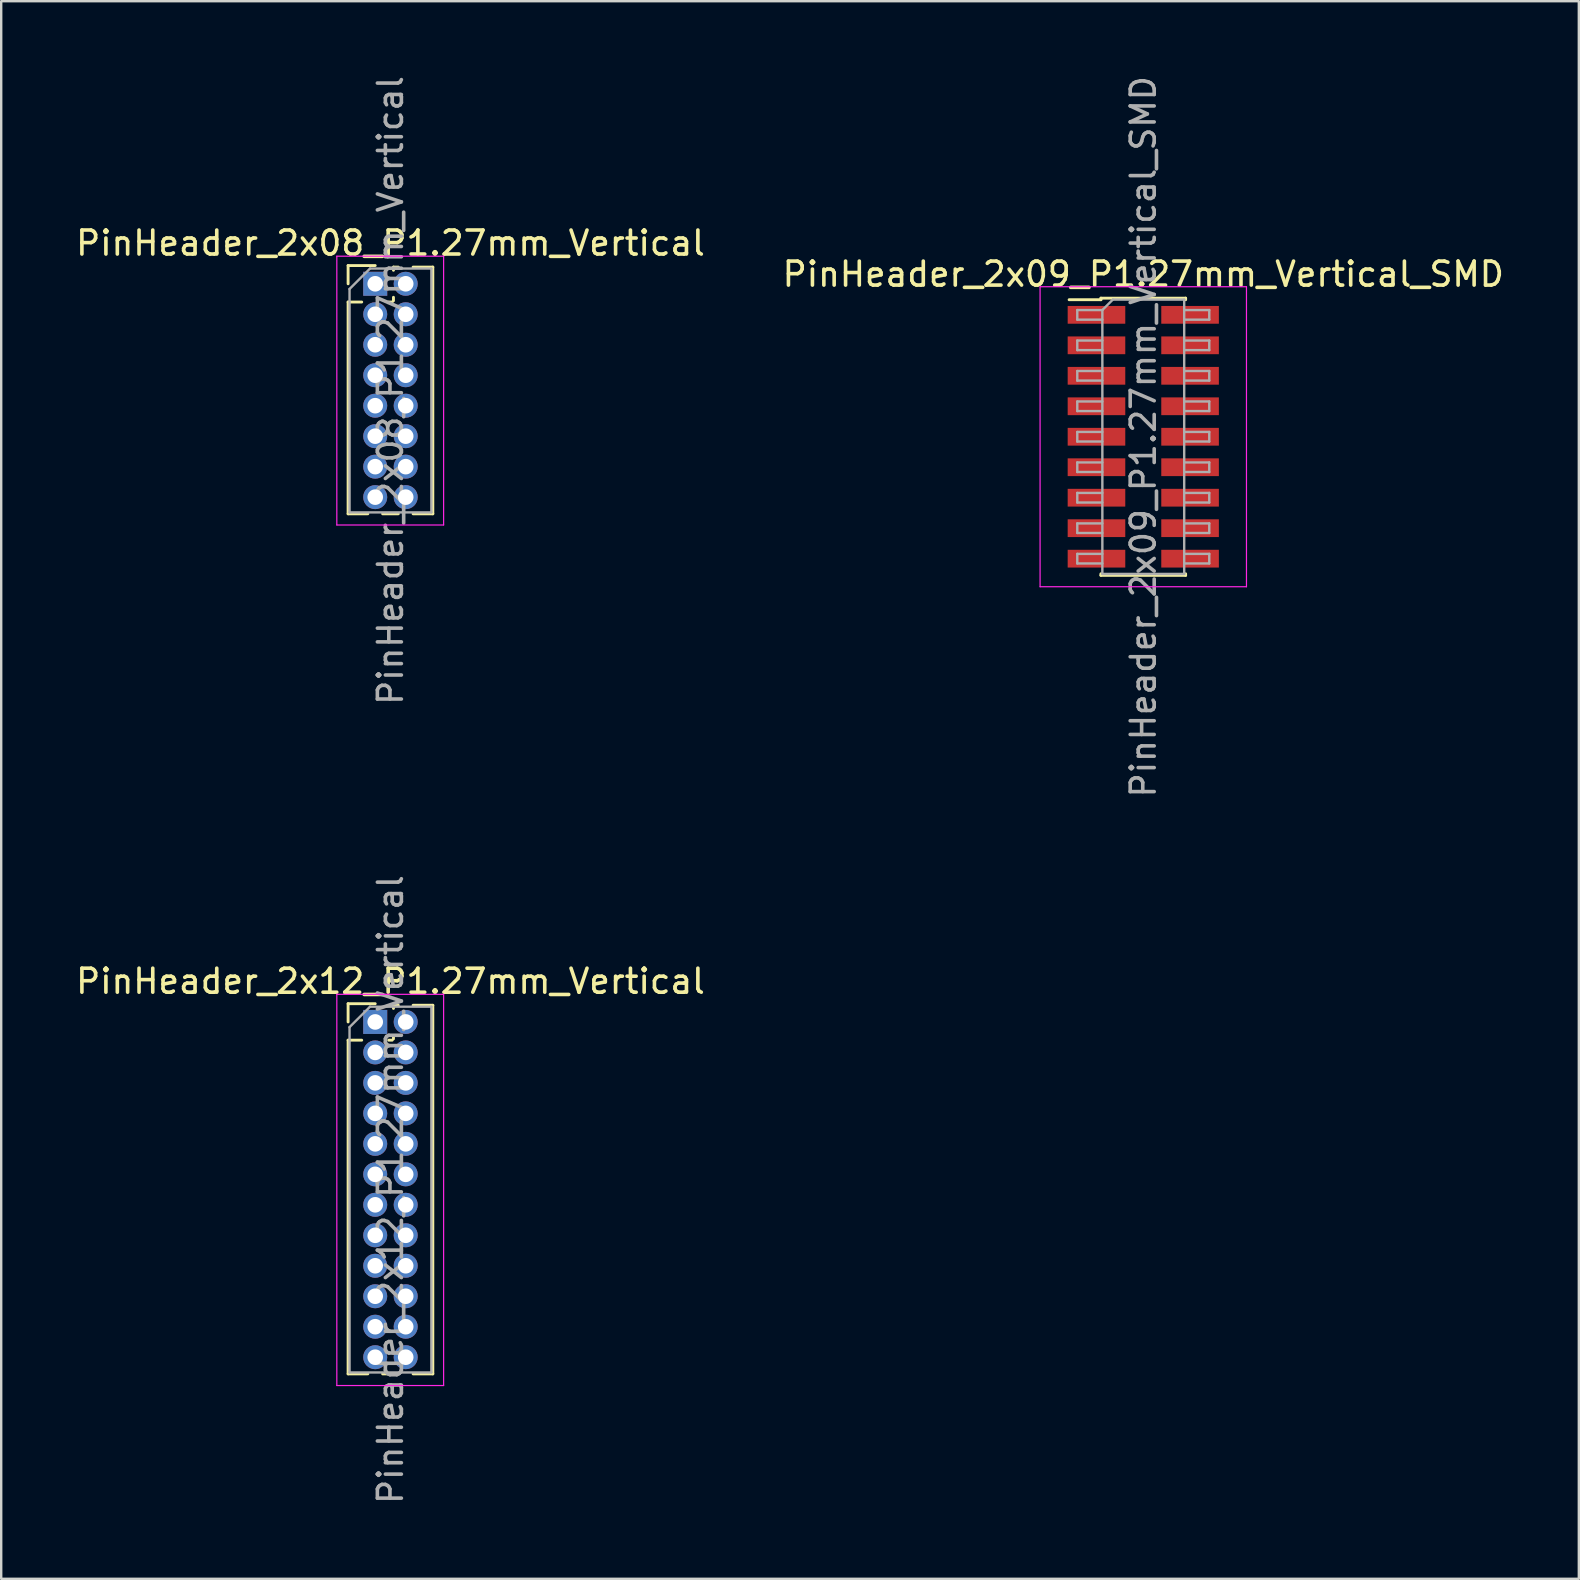
<source format=kicad_pcb>
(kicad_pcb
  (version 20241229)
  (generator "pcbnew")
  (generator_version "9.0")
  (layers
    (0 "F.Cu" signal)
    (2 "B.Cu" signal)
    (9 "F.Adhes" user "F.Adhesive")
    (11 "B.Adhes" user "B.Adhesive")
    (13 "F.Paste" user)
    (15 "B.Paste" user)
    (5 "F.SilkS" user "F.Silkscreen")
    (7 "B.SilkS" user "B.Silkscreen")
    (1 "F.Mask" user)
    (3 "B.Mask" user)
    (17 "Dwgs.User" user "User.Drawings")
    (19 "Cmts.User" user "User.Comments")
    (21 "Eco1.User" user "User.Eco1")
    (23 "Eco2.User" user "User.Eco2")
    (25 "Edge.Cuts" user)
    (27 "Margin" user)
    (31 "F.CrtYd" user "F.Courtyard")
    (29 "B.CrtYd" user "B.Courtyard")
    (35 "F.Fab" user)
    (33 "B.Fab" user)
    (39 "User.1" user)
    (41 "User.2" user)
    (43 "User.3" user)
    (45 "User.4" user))
  (footprint "PinHeader_2x12_P1.27mm_Vertical"
    (layer "F.Cu")
    (at 12.585 39.533)
    (property "Reference" "PinHeader_2x12_P1.27mm_Vertical" (at 0.635 -1.695 0) (layer "F.SilkS") (effects (font (size 1 1) (thickness 0.15))))
    (attr through_hole)
    (fp_line (start -1.13 -0.76) (end 0 -0.76) (stroke (width 0.12) (type solid)) (layer "F.SilkS"))
    (fp_line (start -1.13 0) (end -1.13 -0.76) (stroke (width 0.12) (type solid)) (layer "F.SilkS"))
    (fp_line (start -1.13 0.76) (end -1.13 14.665) (stroke (width 0.12) (type solid)) (layer "F.SilkS"))
    (fp_line (start -1.13 0.76) (end -0.563 0.76) (stroke (width 0.12) (type solid)) (layer "F.SilkS"))
    (fp_line (start -1.13 14.665) (end -0.308 14.665) (stroke (width 0.12) (type solid)) (layer "F.SilkS"))
    (fp_line (start 0.308 14.665) (end 0.962 14.665) (stroke (width 0.12) (type solid)) (layer "F.SilkS"))
    (fp_line (start 0.563 0.76) (end 0.707 0.76) (stroke (width 0.12) (type solid)) (layer "F.SilkS"))
    (fp_line (start 0.76 -0.695) (end 0.962 -0.695) (stroke (width 0.12) (type solid)) (layer "F.SilkS"))
    (fp_line (start 0.76 -0.563) (end 0.76 -0.695) (stroke (width 0.12) (type solid)) (layer "F.SilkS"))
    (fp_line (start 0.76 0.707) (end 0.76 0.563) (stroke (width 0.12) (type solid)) (layer "F.SilkS"))
    (fp_line (start 1.578 -0.695) (end 2.4 -0.695) (stroke (width 0.12) (type solid)) (layer "F.SilkS"))
    (fp_line (start 1.578 14.665) (end 2.4 14.665) (stroke (width 0.12) (type solid)) (layer "F.SilkS"))
    (fp_line (start 2.4 -0.695) (end 2.4 14.665) (stroke (width 0.12) (type solid)) (layer "F.SilkS"))
    (fp_line (start -1.6 -1.15) (end -1.6 15.15) (stroke (width 0.05) (type solid)) (layer "F.CrtYd"))
    (fp_line (start -1.6 15.15) (end 2.85 15.15) (stroke (width 0.05) (type solid)) (layer "F.CrtYd"))
    (fp_line (start 2.85 -1.15) (end -1.6 -1.15) (stroke (width 0.05) (type solid)) (layer "F.CrtYd"))
    (fp_line (start 2.85 15.15) (end 2.85 -1.15) (stroke (width 0.05) (type solid)) (layer "F.CrtYd"))
    (fp_line (start -1.07 0.217) (end -0.217 -0.635) (stroke (width 0.1) (type solid)) (layer "F.Fab"))
    (fp_line (start -1.07 14.605) (end -1.07 0.217) (stroke (width 0.1) (type solid)) (layer "F.Fab"))
    (fp_line (start -0.217 -0.635) (end 2.34 -0.635) (stroke (width 0.1) (type solid)) (layer "F.Fab"))
    (fp_line (start 2.34 -0.635) (end 2.34 14.605) (stroke (width 0.1) (type solid)) (layer "F.Fab"))
    (fp_line (start 2.34 14.605) (end -1.07 14.605) (stroke (width 0.1) (type solid)) (layer "F.Fab"))
    (fp_text user "${REFERENCE}" (at 0.635 6.985 90) (layer "F.Fab") (effects (font (size 1 1) (thickness 0.15))))
    (pad "1" thru_hole rect (at 0 0) (size 1 1) (drill 0.65) (layers "*.Cu" "*.Mask"))
    (pad "2" thru_hole oval (at 1.27 0) (size 1 1) (drill 0.65) (layers "*.Cu" "*.Mask"))
    (pad "3" thru_hole oval (at 0 1.27) (size 1 1) (drill 0.65) (layers "*.Cu" "*.Mask"))
    (pad "4" thru_hole oval (at 1.27 1.27) (size 1 1) (drill 0.65) (layers "*.Cu" "*.Mask"))
    (pad "5" thru_hole oval (at 0 2.54) (size 1 1) (drill 0.65) (layers "*.Cu" "*.Mask"))
    (pad "6" thru_hole oval (at 1.27 2.54) (size 1 1) (drill 0.65) (layers "*.Cu" "*.Mask"))
    (pad "7" thru_hole oval (at 0 3.81) (size 1 1) (drill 0.65) (layers "*.Cu" "*.Mask"))
    (pad "8" thru_hole oval (at 1.27 3.81) (size 1 1) (drill 0.65) (layers "*.Cu" "*.Mask"))
    (pad "9" thru_hole oval (at 0 5.08) (size 1 1) (drill 0.65) (layers "*.Cu" "*.Mask"))
    (pad "10" thru_hole oval (at 1.27 5.08) (size 1 1) (drill 0.65) (layers "*.Cu" "*.Mask"))
    (pad "11" thru_hole oval (at 0 6.35) (size 1 1) (drill 0.65) (layers "*.Cu" "*.Mask"))
    (pad "12" thru_hole oval (at 1.27 6.35) (size 1 1) (drill 0.65) (layers "*.Cu" "*.Mask"))
    (pad "13" thru_hole oval (at 0 7.62) (size 1 1) (drill 0.65) (layers "*.Cu" "*.Mask"))
    (pad "14" thru_hole oval (at 1.27 7.62) (size 1 1) (drill 0.65) (layers "*.Cu" "*.Mask"))
    (pad "15" thru_hole oval (at 0 8.89) (size 1 1) (drill 0.65) (layers "*.Cu" "*.Mask"))
    (pad "16" thru_hole oval (at 1.27 8.89) (size 1 1) (drill 0.65) (layers "*.Cu" "*.Mask"))
    (pad "17" thru_hole oval (at 0 10.16) (size 1 1) (drill 0.65) (layers "*.Cu" "*.Mask"))
    (pad "18" thru_hole oval (at 1.27 10.16) (size 1 1) (drill 0.65) (layers "*.Cu" "*.Mask"))
    (pad "19" thru_hole oval (at 0 11.43) (size 1 1) (drill 0.65) (layers "*.Cu" "*.Mask"))
    (pad "20" thru_hole oval (at 1.27 11.43) (size 1 1) (drill 0.65) (layers "*.Cu" "*.Mask"))
    (pad "21" thru_hole oval (at 0 12.7) (size 1 1) (drill 0.65) (layers "*.Cu" "*.Mask"))
    (pad "22" thru_hole oval (at 1.27 12.7) (size 1 1) (drill 0.65) (layers "*.Cu" "*.Mask"))
    (pad "23" thru_hole oval (at 0 13.97) (size 1 1) (drill 0.65) (layers "*.Cu" "*.Mask"))
    (pad "24" thru_hole oval (at 1.27 13.97) (size 1 1) (drill 0.65) (layers "*.Cu" "*.Mask")))
  (footprint "PinHeader_2x08_P1.27mm_Vertical"
    (layer "F.Cu")
    (at 12.585 8.775)
    (property "Reference" "PinHeader_2x08_P1.27mm_Vertical" (at 0.635 -1.695 0) (layer "F.SilkS") (effects (font (size 1 1) (thickness 0.15))))
    (attr through_hole)
    (fp_line (start -1.13 -0.76) (end 0 -0.76) (stroke (width 0.12) (type solid)) (layer "F.SilkS"))
    (fp_line (start -1.13 0) (end -1.13 -0.76) (stroke (width 0.12) (type solid)) (layer "F.SilkS"))
    (fp_line (start -1.13 0.76) (end -1.13 9.585) (stroke (width 0.12) (type solid)) (layer "F.SilkS"))
    (fp_line (start -1.13 0.76) (end -0.563 0.76) (stroke (width 0.12) (type solid)) (layer "F.SilkS"))
    (fp_line (start -1.13 9.585) (end -0.308 9.585) (stroke (width 0.12) (type solid)) (layer "F.SilkS"))
    (fp_line (start 0.308 9.585) (end 0.962 9.585) (stroke (width 0.12) (type solid)) (layer "F.SilkS"))
    (fp_line (start 0.563 0.76) (end 0.707 0.76) (stroke (width 0.12) (type solid)) (layer "F.SilkS"))
    (fp_line (start 0.76 -0.695) (end 0.962 -0.695) (stroke (width 0.12) (type solid)) (layer "F.SilkS"))
    (fp_line (start 0.76 -0.563) (end 0.76 -0.695) (stroke (width 0.12) (type solid)) (layer "F.SilkS"))
    (fp_line (start 0.76 0.707) (end 0.76 0.563) (stroke (width 0.12) (type solid)) (layer "F.SilkS"))
    (fp_line (start 1.578 -0.695) (end 2.4 -0.695) (stroke (width 0.12) (type solid)) (layer "F.SilkS"))
    (fp_line (start 1.578 9.585) (end 2.4 9.585) (stroke (width 0.12) (type solid)) (layer "F.SilkS"))
    (fp_line (start 2.4 -0.695) (end 2.4 9.585) (stroke (width 0.12) (type solid)) (layer "F.SilkS"))
    (fp_line (start -1.6 -1.15) (end -1.6 10.05) (stroke (width 0.05) (type solid)) (layer "F.CrtYd"))
    (fp_line (start -1.6 10.05) (end 2.85 10.05) (stroke (width 0.05) (type solid)) (layer "F.CrtYd"))
    (fp_line (start 2.85 -1.15) (end -1.6 -1.15) (stroke (width 0.05) (type solid)) (layer "F.CrtYd"))
    (fp_line (start 2.85 10.05) (end 2.85 -1.15) (stroke (width 0.05) (type solid)) (layer "F.CrtYd"))
    (fp_line (start -1.07 0.217) (end -0.217 -0.635) (stroke (width 0.1) (type solid)) (layer "F.Fab"))
    (fp_line (start -1.07 9.525) (end -1.07 0.217) (stroke (width 0.1) (type solid)) (layer "F.Fab"))
    (fp_line (start -0.217 -0.635) (end 2.34 -0.635) (stroke (width 0.1) (type solid)) (layer "F.Fab"))
    (fp_line (start 2.34 -0.635) (end 2.34 9.525) (stroke (width 0.1) (type solid)) (layer "F.Fab"))
    (fp_line (start 2.34 9.525) (end -1.07 9.525) (stroke (width 0.1) (type solid)) (layer "F.Fab"))
    (fp_text user "${REFERENCE}" (at 0.635 4.445 90) (layer "F.Fab") (effects (font (size 1 1) (thickness 0.15))))
    (pad "1" thru_hole rect (at 0 0) (size 1 1) (drill 0.65) (layers "*.Cu" "*.Mask"))
    (pad "2" thru_hole oval (at 1.27 0) (size 1 1) (drill 0.65) (layers "*.Cu" "*.Mask"))
    (pad "3" thru_hole oval (at 0 1.27) (size 1 1) (drill 0.65) (layers "*.Cu" "*.Mask"))
    (pad "4" thru_hole oval (at 1.27 1.27) (size 1 1) (drill 0.65) (layers "*.Cu" "*.Mask"))
    (pad "5" thru_hole oval (at 0 2.54) (size 1 1) (drill 0.65) (layers "*.Cu" "*.Mask"))
    (pad "6" thru_hole oval (at 1.27 2.54) (size 1 1) (drill 0.65) (layers "*.Cu" "*.Mask"))
    (pad "7" thru_hole oval (at 0 3.81) (size 1 1) (drill 0.65) (layers "*.Cu" "*.Mask"))
    (pad "8" thru_hole oval (at 1.27 3.81) (size 1 1) (drill 0.65) (layers "*.Cu" "*.Mask"))
    (pad "9" thru_hole oval (at 0 5.08) (size 1 1) (drill 0.65) (layers "*.Cu" "*.Mask"))
    (pad "10" thru_hole oval (at 1.27 5.08) (size 1 1) (drill 0.65) (layers "*.Cu" "*.Mask"))
    (pad "11" thru_hole oval (at 0 6.35) (size 1 1) (drill 0.65) (layers "*.Cu" "*.Mask"))
    (pad "12" thru_hole oval (at 1.27 6.35) (size 1 1) (drill 0.65) (layers "*.Cu" "*.Mask"))
    (pad "13" thru_hole oval (at 0 7.62) (size 1 1) (drill 0.65) (layers "*.Cu" "*.Mask"))
    (pad "14" thru_hole oval (at 1.27 7.62) (size 1 1) (drill 0.65) (layers "*.Cu" "*.Mask"))
    (pad "15" thru_hole oval (at 0 8.89) (size 1 1) (drill 0.65) (layers "*.Cu" "*.Mask"))
    (pad "16" thru_hole oval (at 1.27 8.89) (size 1 1) (drill 0.65) (layers "*.Cu" "*.Mask")))
  (footprint "PinHeader_2x09_P1.27mm_Vertical_SMD"
    (layer "F.Cu")
    (at 44.589 15.149)
    (property "Reference" "PinHeader_2x09_P1.27mm_Vertical_SMD" (at 0 -6.775 0) (layer "F.SilkS") (effects (font (size 1 1) (thickness 0.15))))
    (attr smd)
    (fp_line (start -3.09 -5.71) (end -1.765 -5.71) (stroke (width 0.12) (type solid)) (layer "F.SilkS"))
    (fp_line (start -1.765 -5.775) (end -1.765 -5.71) (stroke (width 0.12) (type solid)) (layer "F.SilkS"))
    (fp_line (start -1.765 -5.775) (end 1.765 -5.775) (stroke (width 0.12) (type solid)) (layer "F.SilkS"))
    (fp_line (start -1.765 5.71) (end -1.765 5.775) (stroke (width 0.12) (type solid)) (layer "F.SilkS"))
    (fp_line (start -1.765 5.775) (end 1.765 5.775) (stroke (width 0.12) (type solid)) (layer "F.SilkS"))
    (fp_line (start 1.765 -5.775) (end 1.765 -5.71) (stroke (width 0.12) (type solid)) (layer "F.SilkS"))
    (fp_line (start 1.765 5.71) (end 1.765 5.775) (stroke (width 0.12) (type solid)) (layer "F.SilkS"))
    (fp_line (start -4.3 -6.25) (end -4.3 6.25) (stroke (width 0.05) (type solid)) (layer "F.CrtYd"))
    (fp_line (start -4.3 6.25) (end 4.3 6.25) (stroke (width 0.05) (type solid)) (layer "F.CrtYd"))
    (fp_line (start 4.3 -6.25) (end -4.3 -6.25) (stroke (width 0.05) (type solid)) (layer "F.CrtYd"))
    (fp_line (start 4.3 6.25) (end 4.3 -6.25) (stroke (width 0.05) (type solid)) (layer "F.CrtYd"))
    (fp_line (start -2.75 -5.28) (end -2.75 -4.88) (stroke (width 0.1) (type solid)) (layer "F.Fab"))
    (fp_line (start -2.75 -4.88) (end -1.705 -4.88) (stroke (width 0.1) (type solid)) (layer "F.Fab"))
    (fp_line (start -2.75 -4.01) (end -2.75 -3.61) (stroke (width 0.1) (type solid)) (layer "F.Fab"))
    (fp_line (start -2.75 -3.61) (end -1.705 -3.61) (stroke (width 0.1) (type solid)) (layer "F.Fab"))
    (fp_line (start -2.75 -2.74) (end -2.75 -2.34) (stroke (width 0.1) (type solid)) (layer "F.Fab"))
    (fp_line (start -2.75 -2.34) (end -1.705 -2.34) (stroke (width 0.1) (type solid)) (layer "F.Fab"))
    (fp_line (start -2.75 -1.47) (end -2.75 -1.07) (stroke (width 0.1) (type solid)) (layer "F.Fab"))
    (fp_line (start -2.75 -1.07) (end -1.705 -1.07) (stroke (width 0.1) (type solid)) (layer "F.Fab"))
    (fp_line (start -2.75 -0.2) (end -2.75 0.2) (stroke (width 0.1) (type solid)) (layer "F.Fab"))
    (fp_line (start -2.75 0.2) (end -1.705 0.2) (stroke (width 0.1) (type solid)) (layer "F.Fab"))
    (fp_line (start -2.75 1.07) (end -2.75 1.47) (stroke (width 0.1) (type solid)) (layer "F.Fab"))
    (fp_line (start -2.75 1.47) (end -1.705 1.47) (stroke (width 0.1) (type solid)) (layer "F.Fab"))
    (fp_line (start -2.75 2.34) (end -2.75 2.74) (stroke (width 0.1) (type solid)) (layer "F.Fab"))
    (fp_line (start -2.75 2.74) (end -1.705 2.74) (stroke (width 0.1) (type solid)) (layer "F.Fab"))
    (fp_line (start -2.75 3.61) (end -2.75 4.01) (stroke (width 0.1) (type solid)) (layer "F.Fab"))
    (fp_line (start -2.75 4.01) (end -1.705 4.01) (stroke (width 0.1) (type solid)) (layer "F.Fab"))
    (fp_line (start -2.75 4.88) (end -2.75 5.28) (stroke (width 0.1) (type solid)) (layer "F.Fab"))
    (fp_line (start -2.75 5.28) (end -1.705 5.28) (stroke (width 0.1) (type solid)) (layer "F.Fab"))
    (fp_line (start -1.705 -5.28) (end -2.75 -5.28) (stroke (width 0.1) (type solid)) (layer "F.Fab"))
    (fp_line (start -1.705 -5.28) (end -1.27 -5.715) (stroke (width 0.1) (type solid)) (layer "F.Fab"))
    (fp_line (start -1.705 -4.01) (end -2.75 -4.01) (stroke (width 0.1) (type solid)) (layer "F.Fab"))
    (fp_line (start -1.705 -2.74) (end -2.75 -2.74) (stroke (width 0.1) (type solid)) (layer "F.Fab"))
    (fp_line (start -1.705 -1.47) (end -2.75 -1.47) (stroke (width 0.1) (type solid)) (layer "F.Fab"))
    (fp_line (start -1.705 -0.2) (end -2.75 -0.2) (stroke (width 0.1) (type solid)) (layer "F.Fab"))
    (fp_line (start -1.705 1.07) (end -2.75 1.07) (stroke (width 0.1) (type solid)) (layer "F.Fab"))
    (fp_line (start -1.705 2.34) (end -2.75 2.34) (stroke (width 0.1) (type solid)) (layer "F.Fab"))
    (fp_line (start -1.705 3.61) (end -2.75 3.61) (stroke (width 0.1) (type solid)) (layer "F.Fab"))
    (fp_line (start -1.705 4.88) (end -2.75 4.88) (stroke (width 0.1) (type solid)) (layer "F.Fab"))
    (fp_line (start -1.705 5.715) (end -1.705 -5.28) (stroke (width 0.1) (type solid)) (layer "F.Fab"))
    (fp_line (start -1.27 -5.715) (end 1.705 -5.715) (stroke (width 0.1) (type solid)) (layer "F.Fab"))
    (fp_line (start 1.705 -5.715) (end 1.705 5.715) (stroke (width 0.1) (type solid)) (layer "F.Fab"))
    (fp_line (start 1.705 -5.28) (end 2.75 -5.28) (stroke (width 0.1) (type solid)) (layer "F.Fab"))
    (fp_line (start 1.705 -4.01) (end 2.75 -4.01) (stroke (width 0.1) (type solid)) (layer "F.Fab"))
    (fp_line (start 1.705 -2.74) (end 2.75 -2.74) (stroke (width 0.1) (type solid)) (layer "F.Fab"))
    (fp_line (start 1.705 -1.47) (end 2.75 -1.47) (stroke (width 0.1) (type solid)) (layer "F.Fab"))
    (fp_line (start 1.705 -0.2) (end 2.75 -0.2) (stroke (width 0.1) (type solid)) (layer "F.Fab"))
    (fp_line (start 1.705 1.07) (end 2.75 1.07) (stroke (width 0.1) (type solid)) (layer "F.Fab"))
    (fp_line (start 1.705 2.34) (end 2.75 2.34) (stroke (width 0.1) (type solid)) (layer "F.Fab"))
    (fp_line (start 1.705 3.61) (end 2.75 3.61) (stroke (width 0.1) (type solid)) (layer "F.Fab"))
    (fp_line (start 1.705 4.88) (end 2.75 4.88) (stroke (width 0.1) (type solid)) (layer "F.Fab"))
    (fp_line (start 1.705 5.715) (end -1.705 5.715) (stroke (width 0.1) (type solid)) (layer "F.Fab"))
    (fp_line (start 2.75 -5.28) (end 2.75 -4.88) (stroke (width 0.1) (type solid)) (layer "F.Fab"))
    (fp_line (start 2.75 -4.88) (end 1.705 -4.88) (stroke (width 0.1) (type solid)) (layer "F.Fab"))
    (fp_line (start 2.75 -4.01) (end 2.75 -3.61) (stroke (width 0.1) (type solid)) (layer "F.Fab"))
    (fp_line (start 2.75 -3.61) (end 1.705 -3.61) (stroke (width 0.1) (type solid)) (layer "F.Fab"))
    (fp_line (start 2.75 -2.74) (end 2.75 -2.34) (stroke (width 0.1) (type solid)) (layer "F.Fab"))
    (fp_line (start 2.75 -2.34) (end 1.705 -2.34) (stroke (width 0.1) (type solid)) (layer "F.Fab"))
    (fp_line (start 2.75 -1.47) (end 2.75 -1.07) (stroke (width 0.1) (type solid)) (layer "F.Fab"))
    (fp_line (start 2.75 -1.07) (end 1.705 -1.07) (stroke (width 0.1) (type solid)) (layer "F.Fab"))
    (fp_line (start 2.75 -0.2) (end 2.75 0.2) (stroke (width 0.1) (type solid)) (layer "F.Fab"))
    (fp_line (start 2.75 0.2) (end 1.705 0.2) (stroke (width 0.1) (type solid)) (layer "F.Fab"))
    (fp_line (start 2.75 1.07) (end 2.75 1.47) (stroke (width 0.1) (type solid)) (layer "F.Fab"))
    (fp_line (start 2.75 1.47) (end 1.705 1.47) (stroke (width 0.1) (type solid)) (layer "F.Fab"))
    (fp_line (start 2.75 2.34) (end 2.75 2.74) (stroke (width 0.1) (type solid)) (layer "F.Fab"))
    (fp_line (start 2.75 2.74) (end 1.705 2.74) (stroke (width 0.1) (type solid)) (layer "F.Fab"))
    (fp_line (start 2.75 3.61) (end 2.75 4.01) (stroke (width 0.1) (type solid)) (layer "F.Fab"))
    (fp_line (start 2.75 4.01) (end 1.705 4.01) (stroke (width 0.1) (type solid)) (layer "F.Fab"))
    (fp_line (start 2.75 4.88) (end 2.75 5.28) (stroke (width 0.1) (type solid)) (layer "F.Fab"))
    (fp_line (start 2.75 5.28) (end 1.705 5.28) (stroke (width 0.1) (type solid)) (layer "F.Fab"))
    (fp_text user "${REFERENCE}" (at 0 0 90) (layer "F.Fab") (effects (font (size 1 1) (thickness 0.15))))
    (pad "1" smd rect (at -1.95 -5.08) (size 2.4 0.74) (layers "F.Cu" "F.Mask" "F.Paste"))
    (pad "2" smd rect (at 1.95 -5.08) (size 2.4 0.74) (layers "F.Cu" "F.Mask" "F.Paste"))
    (pad "3" smd rect (at -1.95 -3.81) (size 2.4 0.74) (layers "F.Cu" "F.Mask" "F.Paste"))
    (pad "4" smd rect (at 1.95 -3.81) (size 2.4 0.74) (layers "F.Cu" "F.Mask" "F.Paste"))
    (pad "5" smd rect (at -1.95 -2.54) (size 2.4 0.74) (layers "F.Cu" "F.Mask" "F.Paste"))
    (pad "6" smd rect (at 1.95 -2.54) (size 2.4 0.74) (layers "F.Cu" "F.Mask" "F.Paste"))
    (pad "7" smd rect (at -1.95 -1.27) (size 2.4 0.74) (layers "F.Cu" "F.Mask" "F.Paste"))
    (pad "8" smd rect (at 1.95 -1.27) (size 2.4 0.74) (layers "F.Cu" "F.Mask" "F.Paste"))
    (pad "9" smd rect (at -1.95 0) (size 2.4 0.74) (layers "F.Cu" "F.Mask" "F.Paste"))
    (pad "10" smd rect (at 1.95 0) (size 2.4 0.74) (layers "F.Cu" "F.Mask" "F.Paste"))
    (pad "11" smd rect (at -1.95 1.27) (size 2.4 0.74) (layers "F.Cu" "F.Mask" "F.Paste"))
    (pad "12" smd rect (at 1.95 1.27) (size 2.4 0.74) (layers "F.Cu" "F.Mask" "F.Paste"))
    (pad "13" smd rect (at -1.95 2.54) (size 2.4 0.74) (layers "F.Cu" "F.Mask" "F.Paste"))
    (pad "14" smd rect (at 1.95 2.54) (size 2.4 0.74) (layers "F.Cu" "F.Mask" "F.Paste"))
    (pad "15" smd rect (at -1.95 3.81) (size 2.4 0.74) (layers "F.Cu" "F.Mask" "F.Paste"))
    (pad "16" smd rect (at 1.95 3.81) (size 2.4 0.74) (layers "F.Cu" "F.Mask" "F.Paste"))
    (pad "17" smd rect (at -1.95 5.08) (size 2.4 0.74) (layers "F.Cu" "F.Mask" "F.Paste"))
    (pad "18" smd rect (at 1.95 5.08) (size 2.4 0.74) (layers "F.Cu" "F.Mask" "F.Paste")))
  (gr_rect
    (start -3 -3)
    (end 62.738 62.738)
    (stroke (width 0.1) (type default))
    (fill no)
    (layer "Edge.Cuts")))
</source>
